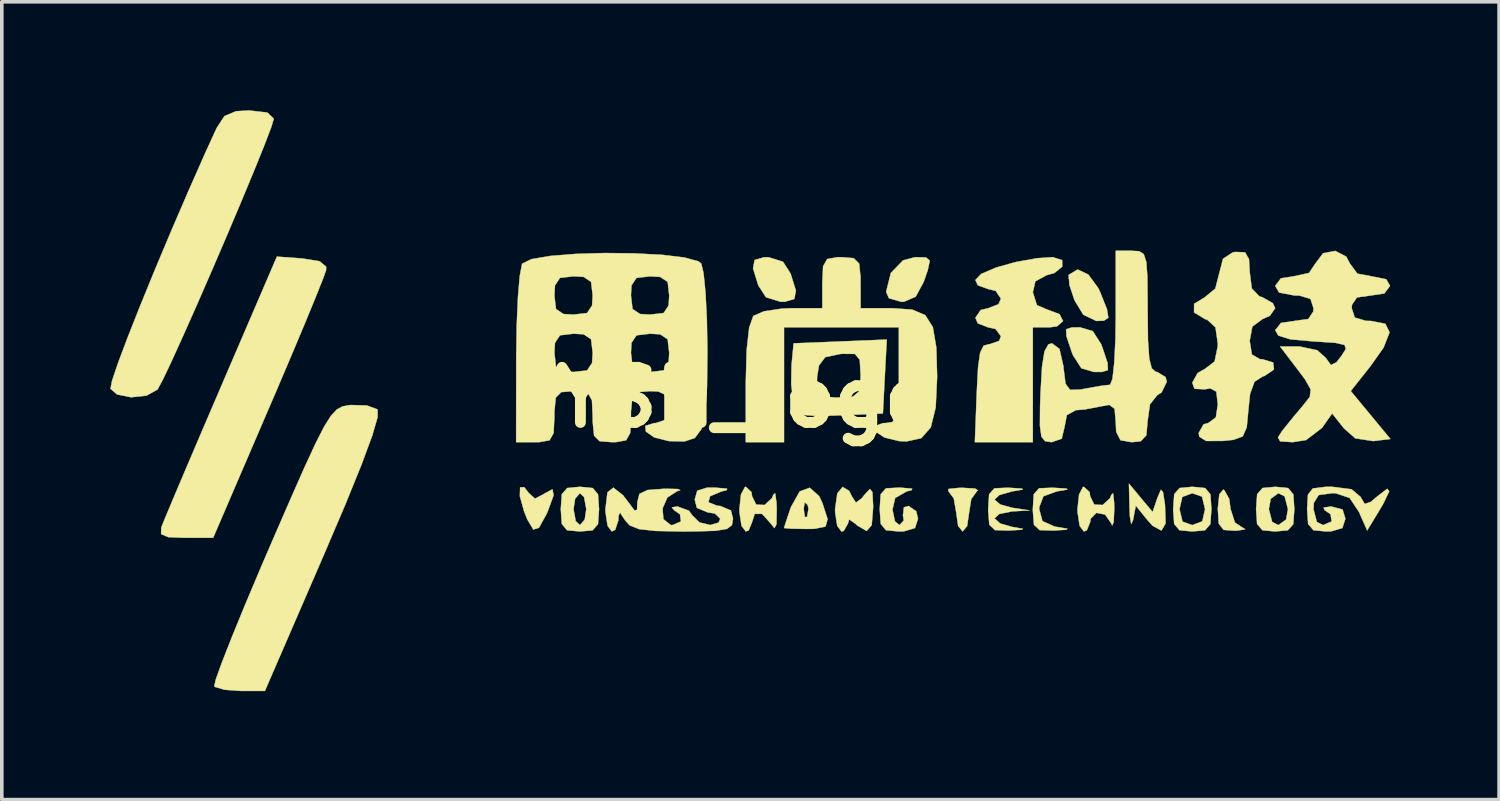
<source format=kicad_pcb>
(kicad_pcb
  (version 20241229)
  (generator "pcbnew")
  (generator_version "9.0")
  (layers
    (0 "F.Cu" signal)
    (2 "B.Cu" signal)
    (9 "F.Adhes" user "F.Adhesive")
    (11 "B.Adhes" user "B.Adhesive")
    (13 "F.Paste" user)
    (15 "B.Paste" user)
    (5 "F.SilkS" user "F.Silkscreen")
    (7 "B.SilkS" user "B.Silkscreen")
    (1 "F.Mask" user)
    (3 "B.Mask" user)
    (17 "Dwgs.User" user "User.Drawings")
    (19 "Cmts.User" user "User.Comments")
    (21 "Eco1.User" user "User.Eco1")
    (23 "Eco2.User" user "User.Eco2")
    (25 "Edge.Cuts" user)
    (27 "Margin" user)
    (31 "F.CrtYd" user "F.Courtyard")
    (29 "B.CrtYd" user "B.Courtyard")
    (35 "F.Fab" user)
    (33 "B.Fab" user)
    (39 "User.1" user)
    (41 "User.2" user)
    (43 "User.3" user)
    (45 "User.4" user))
  (footprint "YSH_logo"
    (layer "F.Cu")
    (at 17.572 7.942)
    (property "Reference" "YSH_logo" (at 0 0 0) (layer "F.SilkS") (effects (font (size 1.524 1.524) (thickness 0.3))))
    (attr through_hole)
    (fp_poly (pts (xy 1.03 -3.754) (xy 1.239 -3.428) (xy 1.386 -2.958) (xy 1.343 -2.723) (xy 1.082 -2.649) (xy 0.966 -2.646) (xy 0.558 -2.773) (xy 0.348 -3.098) (xy 0.201 -3.569) (xy 0.245 -3.803) (xy 0.505 -3.878) (xy 0.622 -3.881) (xy 1.03 -3.754)) (stroke (width 0.01) (type solid)) (fill yes) (layer "F.SilkS"))
    (fp_poly (pts (xy 4.983 -3.873) (xy 5.089 -3.785) (xy 5.033 -3.522) (xy 4.922 -3.201) (xy 4.699 -2.788) (xy 4.373 -2.648) (xy 4.304 -2.646) (xy 3.959 -2.744) (xy 3.881 -2.922) (xy 4.012 -3.444) (xy 4.349 -3.793) (xy 4.681 -3.881) (xy 4.983 -3.873)) (stroke (width 0.01) (type solid)) (fill yes) (layer "F.SilkS"))
    (fp_poly (pts (xy 9.472 -3.401) (xy 9.75 -3.022) (xy 9.799 -2.916) (xy 9.988 -2.441) (xy 10.026 -2.205) (xy 9.903 -2.125) (xy 9.693 -2.117) (xy 9.333 -2.289) (xy 9.091 -2.688) (xy 8.952 -3.105) (xy 8.926 -3.376) (xy 8.934 -3.394) (xy 9.175 -3.539) (xy 9.472 -3.401)) (stroke (width 0.01) (type solid)) (fill yes) (layer "F.SilkS"))
    (fp_poly (pts (xy 13.229 2.558) (xy 13.367 2.802) (xy 13.406 3.084) (xy 13.526 3.458) (xy 13.714 3.583) (xy 13.813 3.645) (xy 13.577 3.682) (xy 13.538 3.684) (xy 13.214 3.661) (xy 13.079 3.488) (xy 13.053 3.076) (xy 13.095 2.675) (xy 13.205 2.547) (xy 13.229 2.558)) (stroke (width 0.01) (type solid)) (fill yes) (layer "F.SilkS"))
    (fp_poly (pts (xy 6.341 2.518) (xy 6.424 2.57) (xy 6.394 2.586) (xy 6.235 2.809) (xy 6.174 3.19) (xy 6.121 3.555) (xy 5.997 3.704) (xy 5.872 3.551) (xy 5.821 3.19) (xy 5.753 2.792) (xy 5.6 2.586) (xy 5.604 2.529) (xy 5.887 2.499) (xy 5.997 2.497) (xy 6.341 2.518)) (stroke (width 0.01) (type solid)) (fill yes) (layer "F.SilkS"))
    (fp_poly (pts (xy 9.594 -1.837) (xy 9.828 -1.474) (xy 9.861 -1.385) (xy 10.006 -0.951) (xy 10.014 -0.757) (xy 9.849 -0.707) (xy 9.63 -0.706) (xy 9.28 -0.809) (xy 9.046 -1.172) (xy 9.013 -1.261) (xy 8.867 -1.695) (xy 8.86 -1.889) (xy 9.024 -1.939) (xy 9.243 -1.94) (xy 9.594 -1.837)) (stroke (width 0.01) (type solid)) (fill yes) (layer "F.SilkS"))
    (fp_poly (pts (xy -6.001 2.64) (xy -5.829 2.797) (xy -5.589 2.672) (xy -5.57 2.657) (xy -5.345 2.537) (xy -5.314 2.704) (xy -5.476 3.148) (xy -5.512 3.227) (xy -5.717 3.6) (xy -5.874 3.651) (xy -6.041 3.372) (xy -6.132 3.143) (xy -6.247 2.726) (xy -6.24 2.484) (xy -6.126 2.48) (xy -6.001 2.64)) (stroke (width 0.01) (type solid)) (fill yes) (layer "F.SilkS"))
    (fp_poly (pts (xy 10.923 2.774) (xy 11.25 3.166) (xy 11.384 2.774) (xy 11.479 2.55) (xy 11.538 2.617) (xy 11.593 2.971) (xy 11.609 3.485) (xy 11.493 3.679) (xy 11.251 3.548) (xy 11.11 3.392) (xy 10.785 2.991) (xy 10.708 3.392) (xy 10.658 3.498) (xy 10.622 3.287) (xy 10.613 3.087) (xy 10.595 2.381) (xy 10.923 2.774)) (stroke (width 0.01) (type solid)) (fill yes) (layer "F.SilkS"))
    (fp_poly (pts (xy 8.511 2.496) (xy 8.871 2.518) (xy 8.895 2.545) (xy 8.599 2.596) (xy 8.231 2.73) (xy 8.115 3.033) (xy 8.114 3.087) (xy 8.204 3.418) (xy 8.537 3.567) (xy 8.599 3.578) (xy 8.896 3.629) (xy 8.871 3.656) (xy 8.511 3.678) (xy 8.127 3.667) (xy 7.969 3.517) (xy 7.938 3.125) (xy 7.938 3.087) (xy 7.964 2.674) (xy 8.11 2.511) (xy 8.475 2.494) (xy 8.511 2.496)) (stroke (width 0.01) (type solid)) (fill yes) (layer "F.SilkS"))
    (fp_poly (pts (xy -4.231 2.504) (xy -4.085 2.678) (xy -4.057 3.087) (xy -4.086 3.502) (xy -4.236 3.672) (xy -4.586 3.704) (xy -4.942 3.67) (xy -5.087 3.495) (xy -5.115 3.087) (xy -4.763 3.087) (xy -4.702 3.418) (xy -4.586 3.528) (xy -4.454 3.377) (xy -4.41 3.087) (xy -4.47 2.755) (xy -4.586 2.646) (xy -4.719 2.797) (xy -4.763 3.087) (xy -5.115 3.087) (xy -5.086 2.672) (xy -4.936 2.502) (xy -4.586 2.469) (xy -4.231 2.504)) (stroke (width 0.01) (type solid)) (fill yes) (layer "F.SilkS"))
    (fp_poly (pts (xy 2.858 2.581) (xy 2.937 2.739) (xy 3.046 2.906) (xy 3.207 2.787) (xy 3.278 2.695) (xy 3.433 2.53) (xy 3.502 2.614) (xy 3.522 2.998) (xy 3.522 3.043) (xy 3.483 3.53) (xy 3.342 3.69) (xy 3.082 3.539) (xy 3.034 3.493) (xy 2.859 3.37) (xy 2.822 3.493) (xy 2.707 3.691) (xy 2.646 3.704) (xy 2.529 3.549) (xy 2.471 3.168) (xy 2.469 3.087) (xy 2.531 2.654) (xy 2.678 2.472) (xy 2.858 2.581)) (stroke (width 0.01) (type solid)) (fill yes) (layer "F.SilkS"))
    (fp_poly (pts (xy 12.703 2.504) (xy 12.849 2.678) (xy 12.876 3.087) (xy 12.847 3.502) (xy 12.697 3.672) (xy 12.347 3.704) (xy 11.992 3.67) (xy 11.846 3.495) (xy 11.818 3.087) (xy 11.994 3.087) (xy 12.077 3.433) (xy 12.347 3.528) (xy 12.624 3.424) (xy 12.7 3.087) (xy 12.617 2.741) (xy 12.347 2.646) (xy 12.071 2.749) (xy 11.994 3.087) (xy 11.818 3.087) (xy 11.848 2.672) (xy 11.997 2.502) (xy 12.347 2.469) (xy 12.703 2.504)) (stroke (width 0.01) (type solid)) (fill yes) (layer "F.SilkS"))
    (fp_poly (pts (xy 14.996 2.504) (xy 15.142 2.678) (xy 15.169 3.087) (xy 15.14 3.502) (xy 14.99 3.672) (xy 14.64 3.704) (xy 14.285 3.67) (xy 14.139 3.495) (xy 14.111 3.087) (xy 14.464 3.087) (xy 14.556 3.441) (xy 14.728 3.528) (xy 14.941 3.374) (xy 14.993 3.087) (xy 14.901 2.732) (xy 14.728 2.646) (xy 14.516 2.799) (xy 14.464 3.087) (xy 14.111 3.087) (xy 14.141 2.672) (xy 14.29 2.502) (xy 14.64 2.469) (xy 14.996 2.504)) (stroke (width 0.01) (type solid)) (fill yes) (layer "F.SilkS"))
    (fp_poly (pts (xy -12.259 -3.844) (xy -11.784 -3.768) (xy -11.604 -3.617) (xy -11.604 -3.528) (xy -11.686 -3.294) (xy -11.888 -2.787) (xy -12.188 -2.058) (xy -12.566 -1.158) (xy -13 -0.137) (xy -13.192 0.308) (xy -14.728 3.88) (xy -15.497 3.88) (xy -15.97 3.861) (xy -16.167 3.777) (xy -16.163 3.595) (xy -16.154 3.572) (xy -16.054 3.324) (xy -15.836 2.805) (xy -15.522 2.064) (xy -15.134 1.154) (xy -14.694 0.127) (xy -14.504 -0.316) (xy -12.965 -3.896) (xy -12.259 -3.844)) (stroke (width 0.01) (type solid)) (fill yes) (layer "F.SilkS"))
    (fp_poly (pts (xy 0.156 2.612) (xy 0.176 2.734) (xy 0.287 2.96) (xy 0.52 2.972) (xy 0.727 2.779) (xy 0.76 2.69) (xy 0.812 2.647) (xy 0.849 2.9) (xy 0.856 3.087) (xy 0.849 3.505) (xy 0.792 3.612) (xy 0.691 3.484) (xy 0.45 3.218) (xy 0.247 3.218) (xy 0.176 3.44) (xy 0.081 3.674) (xy 0 3.704) (xy -0.117 3.549) (xy -0.175 3.168) (xy -0.176 3.087) (xy -0.132 2.679) (xy -0.023 2.475) (xy 0 2.469) (xy 0.156 2.612)) (stroke (width 0.01) (type solid)) (fill yes) (layer "F.SilkS"))
    (fp_poly (pts (xy 2.03 2.728) (xy 2.121 2.922) (xy 2.263 3.363) (xy 2.206 3.57) (xy 1.895 3.631) (xy 1.676 3.634) (xy 1.267 3.627) (xy 1.064 3.61) (xy 1.058 3.607) (xy 1.11 3.442) (xy 1.235 3.073) (xy 1.236 3.072) (xy 1.601 3.072) (xy 1.634 3.301) (xy 1.694 3.304) (xy 1.736 3.068) (xy 1.708 2.966) (xy 1.63 2.899) (xy 1.601 3.072) (xy 1.236 3.072) (xy 1.252 3.025) (xy 1.492 2.596) (xy 1.768 2.495) (xy 2.03 2.728)) (stroke (width 0.01) (type solid)) (fill yes) (layer "F.SilkS"))
    (fp_poly (pts (xy 4.277 2.493) (xy 4.602 2.52) (xy 4.585 2.564) (xy 4.454 2.594) (xy 4.132 2.777) (xy 4.057 3.099) (xy 4.125 3.425) (xy 4.252 3.528) (xy 4.37 3.399) (xy 4.346 3.263) (xy 4.373 3.036) (xy 4.503 2.999) (xy 4.713 3.145) (xy 4.763 3.351) (xy 4.679 3.61) (xy 4.37 3.701) (xy 4.233 3.704) (xy 3.878 3.67) (xy 3.732 3.495) (xy 3.704 3.087) (xy 3.731 2.674) (xy 3.877 2.511) (xy 4.243 2.492) (xy 4.277 2.493)) (stroke (width 0.01) (type solid)) (fill yes) (layer "F.SilkS"))
    (fp_poly (pts (xy 7.276 2.496) (xy 7.637 2.518) (xy 7.66 2.545) (xy 7.364 2.596) (xy 7.012 2.697) (xy 6.879 2.822) (xy 7.031 2.956) (xy 7.364 3.049) (xy 7.849 3.122) (xy 7.364 3.149) (xy 7.012 3.22) (xy 6.879 3.34) (xy 7.031 3.482) (xy 7.364 3.578) (xy 7.661 3.629) (xy 7.636 3.656) (xy 7.276 3.678) (xy 6.892 3.667) (xy 6.734 3.517) (xy 6.703 3.125) (xy 6.703 3.087) (xy 6.729 2.674) (xy 6.875 2.511) (xy 7.241 2.494) (xy 7.276 2.496)) (stroke (width 0.01) (type solid)) (fill yes) (layer "F.SilkS"))
    (fp_poly (pts (xy 9.505 2.612) (xy 9.525 2.734) (xy 9.636 2.96) (xy 9.869 2.972) (xy 10.076 2.779) (xy 10.109 2.69) (xy 10.158 2.647) (xy 10.186 2.9) (xy 10.19 3.087) (xy 10.173 3.449) (xy 10.132 3.542) (xy 10.109 3.484) (xy 9.936 3.236) (xy 9.695 3.189) (xy 9.535 3.354) (xy 9.525 3.44) (xy 9.43 3.674) (xy 9.349 3.704) (xy 9.232 3.549) (xy 9.174 3.168) (xy 9.172 3.087) (xy 9.217 2.679) (xy 9.325 2.475) (xy 9.349 2.469) (xy 9.505 2.612)) (stroke (width 0.01) (type solid)) (fill yes) (layer "F.SilkS"))
    (fp_poly (pts (xy -10.478 0.22) (xy -10.185 0.328) (xy -10.182 0.33) (xy -10.181 0.546) (xy -10.327 1.049) (xy -10.622 1.848) (xy -11.069 2.95) (xy -11.65 4.312) (xy -13.297 8.114) (xy -13.958 8.114) (xy -14.407 8.082) (xy -14.677 8.003) (xy -14.698 7.982) (xy -14.653 7.789) (xy -14.484 7.321) (xy -14.21 6.623) (xy -13.849 5.742) (xy -13.42 4.725) (xy -13.133 4.057) (xy -12.61 2.855) (xy -12.205 1.937) (xy -11.894 1.265) (xy -11.656 0.799) (xy -11.467 0.5) (xy -11.306 0.329) (xy -11.149 0.246) (xy -10.974 0.213) (xy -10.925 0.208) (xy -10.478 0.22)) (stroke (width 0.01) (type solid)) (fill yes) (layer "F.SilkS"))
    (fp_poly (pts (xy 3.845 -0.581) (xy 3.792 0.441) (xy 2.607 0.493) (xy 1.974 0.512) (xy 1.608 0.484) (xy 1.423 0.384) (xy 1.333 0.187) (xy 1.315 0.121) (xy 1.277 -0.192) (xy 1.962 -0.192) (xy 2.095 -0.033) (xy 2.469 -0.000185) (xy 2.546 0) (xy 2.965 -0.026) (xy 3.139 -0.175) (xy 3.175 -0.554) (xy 3.175 -0.629) (xy 3.152 -1.044) (xy 3.017 -1.205) (xy 2.672 -1.208) (xy 2.602 -1.202) (xy 2.198 -1.116) (xy 2.024 -0.886) (xy 1.973 -0.573) (xy 1.962 -0.192) (xy 1.277 -0.192) (xy 1.256 -0.362) (xy 1.266 -0.902) (xy 1.323 -1.499) (xy 3.899 -1.603) (xy 3.845 -0.581)) (stroke (width 0.01) (type solid)) (fill yes) (layer "F.SilkS"))
    (fp_poly (pts (xy -13.23 -7.88) (xy -13.053 -7.711) (xy -13.053 -7.703) (xy -13.121 -7.476) (xy -13.308 -6.985) (xy -13.59 -6.287) (xy -13.941 -5.441) (xy -14.337 -4.505) (xy -14.753 -3.536) (xy -15.164 -2.593) (xy -15.546 -1.733) (xy -15.872 -1.013) (xy -16.119 -0.493) (xy -16.261 -0.23) (xy -16.268 -0.22) (xy -16.571 -0.052) (xy -16.996 -0.007) (xy -17.385 -0.084) (xy -17.567 -0.243) (xy -17.524 -0.462) (xy -17.359 -0.953) (xy -17.091 -1.665) (xy -16.742 -2.547) (xy -16.332 -3.549) (xy -15.882 -4.62) (xy -15.412 -5.71) (xy -14.944 -6.768) (xy -14.631 -7.452) (xy -14.416 -7.782) (xy -14.093 -7.917) (xy -13.73 -7.937) (xy -13.23 -7.88)) (stroke (width 0.01) (type solid)) (fill yes) (layer "F.SilkS"))
    (fp_poly (pts (xy 16.751 2.537) (xy 17.003 2.749) (xy 17.006 2.758) (xy 17.115 2.943) (xy 17.286 2.885) (xy 17.466 2.731) (xy 17.739 2.523) (xy 17.793 2.593) (xy 17.628 2.939) (xy 17.499 3.157) (xy 17.183 3.676) (xy 16.955 3.161) (xy 16.697 2.776) (xy 16.315 2.649) (xy 16.213 2.646) (xy 15.842 2.697) (xy 15.709 2.91) (xy 15.699 3.087) (xy 15.791 3.441) (xy 15.963 3.528) (xy 16.2 3.428) (xy 16.171 3.228) (xy 16.007 3.115) (xy 15.977 3.044) (xy 16.184 3.013) (xy 16.503 3.097) (xy 16.581 3.351) (xy 16.497 3.61) (xy 16.188 3.701) (xy 16.051 3.704) (xy 15.696 3.67) (xy 15.55 3.495) (xy 15.522 3.087) (xy 15.545 2.688) (xy 15.681 2.513) (xy 16.034 2.47) (xy 16.209 2.469) (xy 16.751 2.537)) (stroke (width 0.01) (type solid)) (fill yes) (layer "F.SilkS"))
    (fp_poly (pts (xy 8.749 -3.798) (xy 8.751 -3.618) (xy 8.532 -3.442) (xy 8.321 -3.383) (xy 8.008 -3.214) (xy 7.938 -2.91) (xy 8.05 -2.554) (xy 8.321 -2.438) (xy 8.675 -2.305) (xy 8.775 -2.115) (xy 8.606 -1.967) (xy 8.393 -1.94) (xy 7.938 -1.94) (xy 7.938 1.235) (xy 6.335 1.235) (xy 6.387 -0.132) (xy 6.423 -0.828) (xy 6.48 -1.238) (xy 6.576 -1.432) (xy 6.728 -1.476) (xy 6.747 -1.475) (xy 7.007 -1.567) (xy 7.056 -1.695) (xy 6.909 -1.894) (xy 6.703 -1.94) (xy 6.415 -2.051) (xy 6.35 -2.205) (xy 6.497 -2.42) (xy 6.703 -2.469) (xy 6.99 -2.58) (xy 7.056 -2.734) (xy 6.909 -2.95) (xy 6.703 -2.999) (xy 6.417 -3.103) (xy 6.35 -3.249) (xy 6.508 -3.416) (xy 6.915 -3.592) (xy 7.47 -3.748) (xy 8.069 -3.853) (xy 8.49 -3.881) (xy 8.749 -3.798)) (stroke (width 0.01) (type solid)) (fill yes) (layer "F.SilkS"))
    (fp_poly (pts (xy 2.985 -3.853) (xy 3.136 -3.702) (xy 3.174 -3.327) (xy 3.175 -3.175) (xy 3.175 -2.469) (xy 4.051 -2.469) (xy 4.603 -2.431) (xy 4.964 -2.277) (xy 5.173 -1.947) (xy 5.269 -1.383) (xy 5.292 -0.574) (xy 5.252 0.276) (xy 5.115 0.827) (xy 4.854 1.124) (xy 4.44 1.215) (xy 4.239 1.205) (xy 3.835 1.106) (xy 3.593 0.946) (xy 3.563 0.792) (xy 3.793 0.708) (xy 3.866 0.706) (xy 4.053 0.678) (xy 4.163 0.545) (xy 4.216 0.234) (xy 4.233 -0.33) (xy 4.233 -0.617) (xy 4.233 -1.94) (xy 1.058 -1.94) (xy 1.058 1.235) (xy 0 1.235) (xy 0 -0.406) (xy 0.024 -1.307) (xy 0.094 -1.934) (xy 0.206 -2.251) (xy 0.212 -2.258) (xy 0.504 -2.384) (xy 1.003 -2.459) (xy 1.27 -2.469) (xy 2.117 -2.469) (xy 2.117 -3.175) (xy 2.138 -3.627) (xy 2.251 -3.829) (xy 2.532 -3.879) (xy 2.646 -3.881) (xy 2.985 -3.853)) (stroke (width 0.01) (type solid)) (fill yes) (layer "F.SilkS"))
    (fp_poly (pts (xy 13.806 -4.016) (xy 13.916 -3.824) (xy 13.935 -3.472) (xy 13.993 -3.016) (xy 14.2 -2.8) (xy 14.287 -2.771) (xy 14.574 -2.609) (xy 14.64 -2.469) (xy 14.493 -2.261) (xy 14.287 -2.168) (xy 14.008 -1.962) (xy 13.935 -1.567) (xy 13.995 -1.189) (xy 14.217 -1.061) (xy 14.287 -1.058) (xy 14.585 -0.968) (xy 14.606 -0.775) (xy 14.346 -0.597) (xy 14.296 -0.583) (xy 14.068 -0.438) (xy 13.945 -0.099) (xy 13.9 0.327) (xy 13.853 0.826) (xy 13.743 1.074) (xy 13.487 1.17) (xy 13.185 1.201) (xy 12.731 1.202) (xy 12.542 1.085) (xy 12.524 0.981) (xy 12.66 0.74) (xy 12.788 0.706) (xy 12.999 0.549) (xy 13.053 0.193) (xy 13.012 -0.163) (xy 12.844 -0.254) (xy 12.7 -0.227) (xy 12.408 -0.241) (xy 12.347 -0.409) (xy 12.494 -0.677) (xy 12.7 -0.794) (xy 12.964 -0.994) (xy 13.052 -1.424) (xy 13.053 -1.491) (xy 12.988 -1.94) (xy 12.762 -2.148) (xy 12.7 -2.168) (xy 12.396 -2.353) (xy 12.398 -2.592) (xy 12.69 -2.769) (xy 12.984 -3.013) (xy 13.087 -3.413) (xy 13.197 -3.836) (xy 13.464 -4.012) (xy 13.538 -4.025) (xy 13.806 -4.016)) (stroke (width 0.01) (type solid)) (fill yes) (layer "F.SilkS"))
    (fp_poly (pts (xy 10.876 -4.045) (xy 11.005 -3.966) (xy 11.075 -3.754) (xy 11.106 -3.342) (xy 11.112 -2.665) (xy 11.113 -2.381) (xy 11.122 -1.582) (xy 11.157 -1.077) (xy 11.226 -0.806) (xy 11.339 -0.709) (xy 11.377 -0.706) (xy 11.61 -0.564) (xy 11.642 -0.435) (xy 11.499 -0.141) (xy 11.377 -0.064) (xy 11.177 0.189) (xy 11.113 0.636) (xy 11.077 1.046) (xy 10.919 1.21) (xy 10.672 1.235) (xy 10.361 1.181) (xy 10.243 0.948) (xy 10.231 0.685) (xy 10.199 0.311) (xy 10.052 0.203) (xy 9.834 0.242) (xy 9.375 0.33) (xy 9.128 0.35) (xy 8.878 0.487) (xy 8.819 0.794) (xy 8.738 1.138) (xy 8.459 1.235) (xy 8.279 1.209) (xy 8.176 1.084) (xy 8.134 0.787) (xy 8.138 0.245) (xy 8.151 -0.132) (xy 8.192 -0.85) (xy 8.26 -1.275) (xy 8.368 -1.469) (xy 8.467 -1.499) (xy 8.674 -1.344) (xy 8.783 -0.868) (xy 8.787 -0.818) (xy 8.842 -0.381) (xy 8.968 -0.211) (xy 9.254 -0.22) (xy 9.382 -0.245) (xy 9.811 -0.321) (xy 10.076 -0.353) (xy 10.14 -0.517) (xy 10.19 -0.961) (xy 10.222 -1.612) (xy 10.231 -2.205) (xy 10.231 -4.057) (xy 10.672 -4.057) (xy 10.876 -4.045)) (stroke (width 0.01) (type solid)) (fill yes) (layer "F.SilkS"))
    (fp_poly (pts (xy -3.396 2.7) (xy -3.273 2.861) (xy -3.075 3.124) (xy -3.006 3.103) (xy -2.999 2.896) (xy -2.942 2.666) (xy -2.713 2.557) (xy -2.249 2.523) (xy -1.887 2.53) (xy -1.807 2.563) (xy -1.896 2.589) (xy -2.168 2.765) (xy -2.301 3.068) (xy -2.277 3.365) (xy -2.078 3.524) (xy -2.028 3.528) (xy -1.792 3.428) (xy -1.82 3.228) (xy -1.984 3.115) (xy -2.043 3.038) (xy -1.891 3.013) (xy -1.572 3.129) (xy -1.475 3.263) (xy -1.278 3.455) (xy -0.984 3.526) (xy -0.75 3.458) (xy -0.706 3.351) (xy -0.853 3.208) (xy -1.058 3.175) (xy -1.353 3.05) (xy -1.411 2.822) (xy -1.342 2.577) (xy -1.071 2.493) (xy -0.838 2.493) (xy -0.514 2.52) (xy -0.531 2.564) (xy -0.661 2.594) (xy -0.987 2.73) (xy -1.033 2.896) (xy -0.789 2.995) (xy -0.706 2.999) (xy -0.411 3.123) (xy -0.353 3.351) (xy -0.382 3.528) (xy -0.519 3.633) (xy -0.833 3.685) (xy -1.396 3.703) (xy -1.755 3.704) (xy -2.49 3.69) (xy -2.951 3.639) (xy -3.213 3.534) (xy -3.337 3.395) (xy -3.479 3.181) (xy -3.519 3.275) (xy -3.522 3.395) (xy -3.61 3.657) (xy -3.704 3.704) (xy -3.821 3.549) (xy -3.879 3.168) (xy -3.881 3.087) (xy -3.825 2.622) (xy -3.662 2.492) (xy -3.396 2.7)) (stroke (width 0.01) (type solid)) (fill yes) (layer "F.SilkS"))
    (fp_poly (pts (xy 16.605 -3.896) (xy 16.706 -3.704) (xy 16.912 -3.425) (xy 17.307 -3.351) (xy 17.712 -3.27) (xy 17.815 -3.087) (xy 17.658 -2.877) (xy 17.286 -2.822) (xy 16.899 -2.767) (xy 16.762 -2.561) (xy 16.757 -2.469) (xy 16.84 -2.211) (xy 17.15 -2.12) (xy 17.286 -2.117) (xy 17.685 -2.04) (xy 17.802 -1.801) (xy 17.637 -1.38) (xy 17.272 -0.864) (xy 16.729 -0.179) (xy 17.826 1.147) (xy 17.347 1.205) (xy 16.855 1.129) (xy 16.541 0.853) (xy 16.214 0.441) (xy 15.935 0.838) (xy 15.496 1.175) (xy 15.126 1.235) (xy 14.775 1.212) (xy 14.716 1.103) (xy 14.831 0.926) (xy 15.129 0.554) (xy 15.4 0.233) (xy 15.596 -0.017) (xy 15.622 -0.223) (xy 15.461 -0.507) (xy 15.255 -0.781) (xy 14.775 -1.411) (xy 15.316 -1.411) (xy 15.805 -1.306) (xy 16.032 -1.102) (xy 16.182 -0.9) (xy 16.332 -0.972) (xy 16.469 -1.147) (xy 16.594 -1.343) (xy 16.558 -1.454) (xy 16.299 -1.512) (xy 15.756 -1.548) (xy 15.685 -1.552) (xy 15.058 -1.609) (xy 14.728 -1.712) (xy 14.64 -1.861) (xy 14.799 -2.062) (xy 15.169 -2.117) (xy 15.557 -2.172) (xy 15.693 -2.378) (xy 15.699 -2.469) (xy 15.615 -2.728) (xy 15.306 -2.819) (xy 15.169 -2.822) (xy 14.749 -2.901) (xy 14.64 -3.087) (xy 14.797 -3.297) (xy 15.149 -3.351) (xy 15.575 -3.444) (xy 15.75 -3.704) (xy 15.965 -3.99) (xy 16.301 -4.054) (xy 16.605 -3.896)) (stroke (width 0.01) (type solid)) (fill yes) (layer "F.SilkS"))
    (fp_poly (pts (xy -3.078 -3.986) (xy -2.315 -3.946) (xy -1.699 -3.872) (xy -1.311 -3.766) (xy -1.231 -3.704) (xy -1.166 -3.432) (xy -1.112 -2.886) (xy -1.075 -2.146) (xy -1.061 -1.3) (xy -1.071 -0.291) (xy -1.118 0.415) (xy -1.223 0.869) (xy -1.407 1.118) (xy -1.693 1.214) (xy -2.101 1.206) (xy -2.136 1.203) (xy -2.532 1.103) (xy -2.762 0.941) (xy -2.779 0.785) (xy -2.532 0.707) (xy -2.484 0.706) (xy -2.198 0.609) (xy -2.117 0.268) (xy -2.117 0.265) (xy -2.174 -0.051) (xy -2.416 -0.166) (xy -2.646 -0.176) (xy -2.985 -0.149) (xy -3.136 0.002) (xy -3.174 0.378) (xy -3.175 0.529) (xy -3.196 0.982) (xy -3.309 1.183) (xy -3.591 1.234) (xy -3.704 1.235) (xy -4.043 1.207) (xy -4.194 1.056) (xy -4.232 0.681) (xy -4.233 0.529) (xy -4.254 0.077) (xy -4.367 -0.124) (xy -4.649 -0.175) (xy -4.763 -0.176) (xy -5.102 -0.149) (xy -5.253 0.002) (xy -5.291 0.378) (xy -5.292 0.529) (xy -5.313 0.982) (xy -5.426 1.183) (xy -5.707 1.234) (xy -5.821 1.235) (xy -6.35 1.235) (xy -6.347 -1.102) (xy -6.345 -1.235) (xy -5.292 -1.235) (xy -5.248 -0.86) (xy -5.042 -0.722) (xy -4.763 -0.706) (xy -4.388 -0.749) (xy -4.25 -0.955) (xy -4.233 -1.235) (xy -3.175 -1.235) (xy -3.131 -0.86) (xy -2.925 -0.722) (xy -2.646 -0.706) (xy -2.271 -0.749) (xy -2.133 -0.955) (xy -2.117 -1.235) (xy -2.16 -1.61) (xy -2.367 -1.748) (xy -2.646 -1.764) (xy -3.021 -1.72) (xy -3.159 -1.514) (xy -3.175 -1.235) (xy -4.233 -1.235) (xy -4.277 -1.61) (xy -4.483 -1.748) (xy -4.763 -1.764) (xy -5.137 -1.72) (xy -5.275 -1.514) (xy -5.292 -1.235) (xy -6.345 -1.235) (xy -6.334 -1.994) (xy -6.3 -2.77) (xy -6.296 -2.822) (xy -5.292 -2.822) (xy -5.248 -2.447) (xy -5.042 -2.309) (xy -4.763 -2.293) (xy -4.388 -2.337) (xy -4.25 -2.543) (xy -4.233 -2.822) (xy -3.175 -2.822) (xy -3.131 -2.447) (xy -2.925 -2.309) (xy -2.646 -2.293) (xy -2.271 -2.337) (xy -2.133 -2.543) (xy -2.117 -2.822) (xy -2.16 -3.197) (xy -2.367 -3.335) (xy -2.646 -3.351) (xy -3.021 -3.308) (xy -3.159 -3.102) (xy -3.175 -2.822) (xy -4.233 -2.822) (xy -4.277 -3.197) (xy -4.483 -3.335) (xy -4.763 -3.351) (xy -5.137 -3.308) (xy -5.275 -3.102) (xy -5.292 -2.822) (xy -6.296 -2.822) (xy -6.25 -3.358) (xy -6.189 -3.68) (xy -6.177 -3.704) (xy -5.929 -3.826) (xy -5.411 -3.914) (xy -4.709 -3.971) (xy -3.903 -3.995) (xy -3.078 -3.986)) (stroke (width 0.01) (type solid)) (fill yes) (layer "F.SilkS")))
  (gr_rect
    (start -3 -3)
    (end 38.403 19.061)
    (stroke (width 0.1) (type default))
    (fill no)
    (layer "Edge.Cuts")))
</source>
